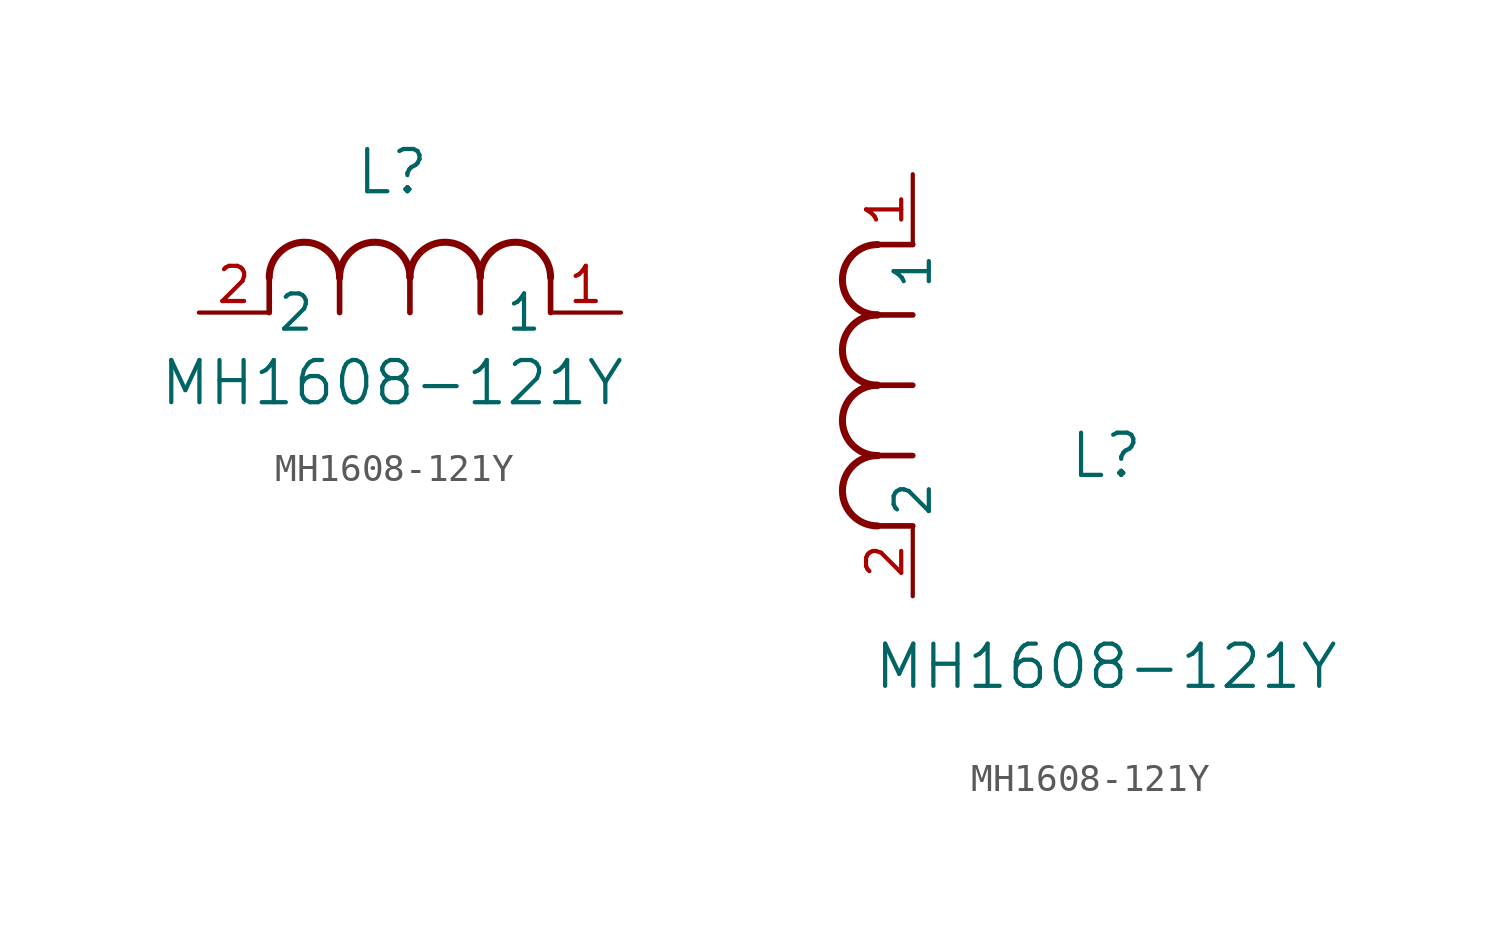
<source format=kicad_sym>
(kicad_symbol_lib
  (version 20211014)
  (generator kicad_symbol_editor)
  (symbol "MH1608-121Y"
    (pin_names
      (offset 0.254))
    (property "Reference" "L"
      (at 6.985 5.08 0)
      (effects (font (size 1.524 1.524))))
    (property "Value" "MH1608-121Y"
      (at 6.985 -2.54 0)
      (effects (font (size 1.524 1.524))))
    (symbol "MH1608-121Y_1_1"
      (arc (start 7.62 1.27) (mid 6.35 2.54) (end 5.08 1.27) (stroke (width 0.254) (type default) (color 0 0 0 0)) (fill (type none)))
      (polyline (pts (xy 5.08 0) (xy 5.08 1.27)) (stroke (width 0.203) (type default) (color 0 0 0 0)) (fill (type none)))
      (polyline (pts (xy 7.62 0) (xy 7.62 1.27)) (stroke (width 0.203) (type default) (color 0 0 0 0)) (fill (type none)))
      (polyline (pts (xy 12.7 0) (xy 12.7 1.27)) (stroke (width 0.203) (type default) (color 0 0 0 0)) (fill (type none)))
      (arc (start 5.08 1.27) (mid 3.81 2.54) (end 2.54 1.27) (stroke (width 0.254) (type default) (color 0 0 0 0)) (fill (type none)))
      (arc (start 10.16 1.27) (mid 8.89 2.54) (end 7.62 1.27) (stroke (width 0.254) (type default) (color 0 0 0 0)) (fill (type none)))
      (arc (start 12.7 1.27) (mid 11.43 2.54) (end 10.16 1.27) (stroke (width 0.254) (type default) (color 0 0 0 0)) (fill (type none)))
      (polyline (pts (xy 2.54 0) (xy 2.54 1.27)) (stroke (width 0.203) (type default) (color 0 0 0 0)) (fill (type none)))
      (polyline (pts (xy 10.16 0) (xy 10.16 1.27)) (stroke (width 0.203) (type default) (color 0 0 0 0)) (fill (type none)))
      (pin unspecified line (at 0 0 0) (length 2.54) (name "2" (effects (font (size 1.27 1.27)))) (number "2" (effects (font (size 1.27 1.27)))))
      (pin unspecified line (at 15.24 0 180) (length 2.54) (name "1" (effects (font (size 1.27 1.27)))) (number "1" (effects (font (size 1.27 1.27))))))
    (symbol "MH1608-121Y_1_2"
      (arc (start -1.27 7.62) (mid -2.54 6.35) (end -1.27 5.08) (stroke (width 0.254) (type default) (color 0 0 0 0)) (fill (type none)))
      (arc (start -1.27 5.08) (mid -2.54 3.81) (end -1.27 2.54) (stroke (width 0.254) (type default) (color 0 0 0 0)) (fill (type none)))
      (arc (start -1.27 12.7) (mid -2.54 11.43) (end -1.27 10.16) (stroke (width 0.254) (type default) (color 0 0 0 0)) (fill (type none)))
      (arc (start -1.27 10.16) (mid -2.54 8.89) (end -1.27 7.62) (stroke (width 0.254) (type default) (color 0 0 0 0)) (fill (type none)))
      (polyline (pts (xy 0 7.62) (xy -1.27 7.62)) (stroke (width 0.203) (type default) (color 0 0 0 0)) (fill (type none)))
      (polyline (pts (xy 0 5.08) (xy -1.27 5.08)) (stroke (width 0.203) (type default) (color 0 0 0 0)) (fill (type none)))
      (polyline (pts (xy 0 12.7) (xy -1.27 12.7)) (stroke (width 0.203) (type default) (color 0 0 0 0)) (fill (type none)))
      (polyline (pts (xy 0 2.54) (xy -1.27 2.54)) (stroke (width 0.203) (type default) (color 0 0 0 0)) (fill (type none)))
      (polyline (pts (xy 0 10.16) (xy -1.27 10.16)) (stroke (width 0.203) (type default) (color 0 0 0 0)) (fill (type none)))
      (pin unspecified line (at 0 0 90) (length 2.54) (name "2" (effects (font (size 1.27 1.27)))) (number "2" (effects (font (size 1.27 1.27)))))
      (pin unspecified line (at 0 15.24 270) (length 2.54) (name "1" (effects (font (size 1.27 1.27)))) (number "1" (effects (font (size 1.27 1.27))))))))
</source>
